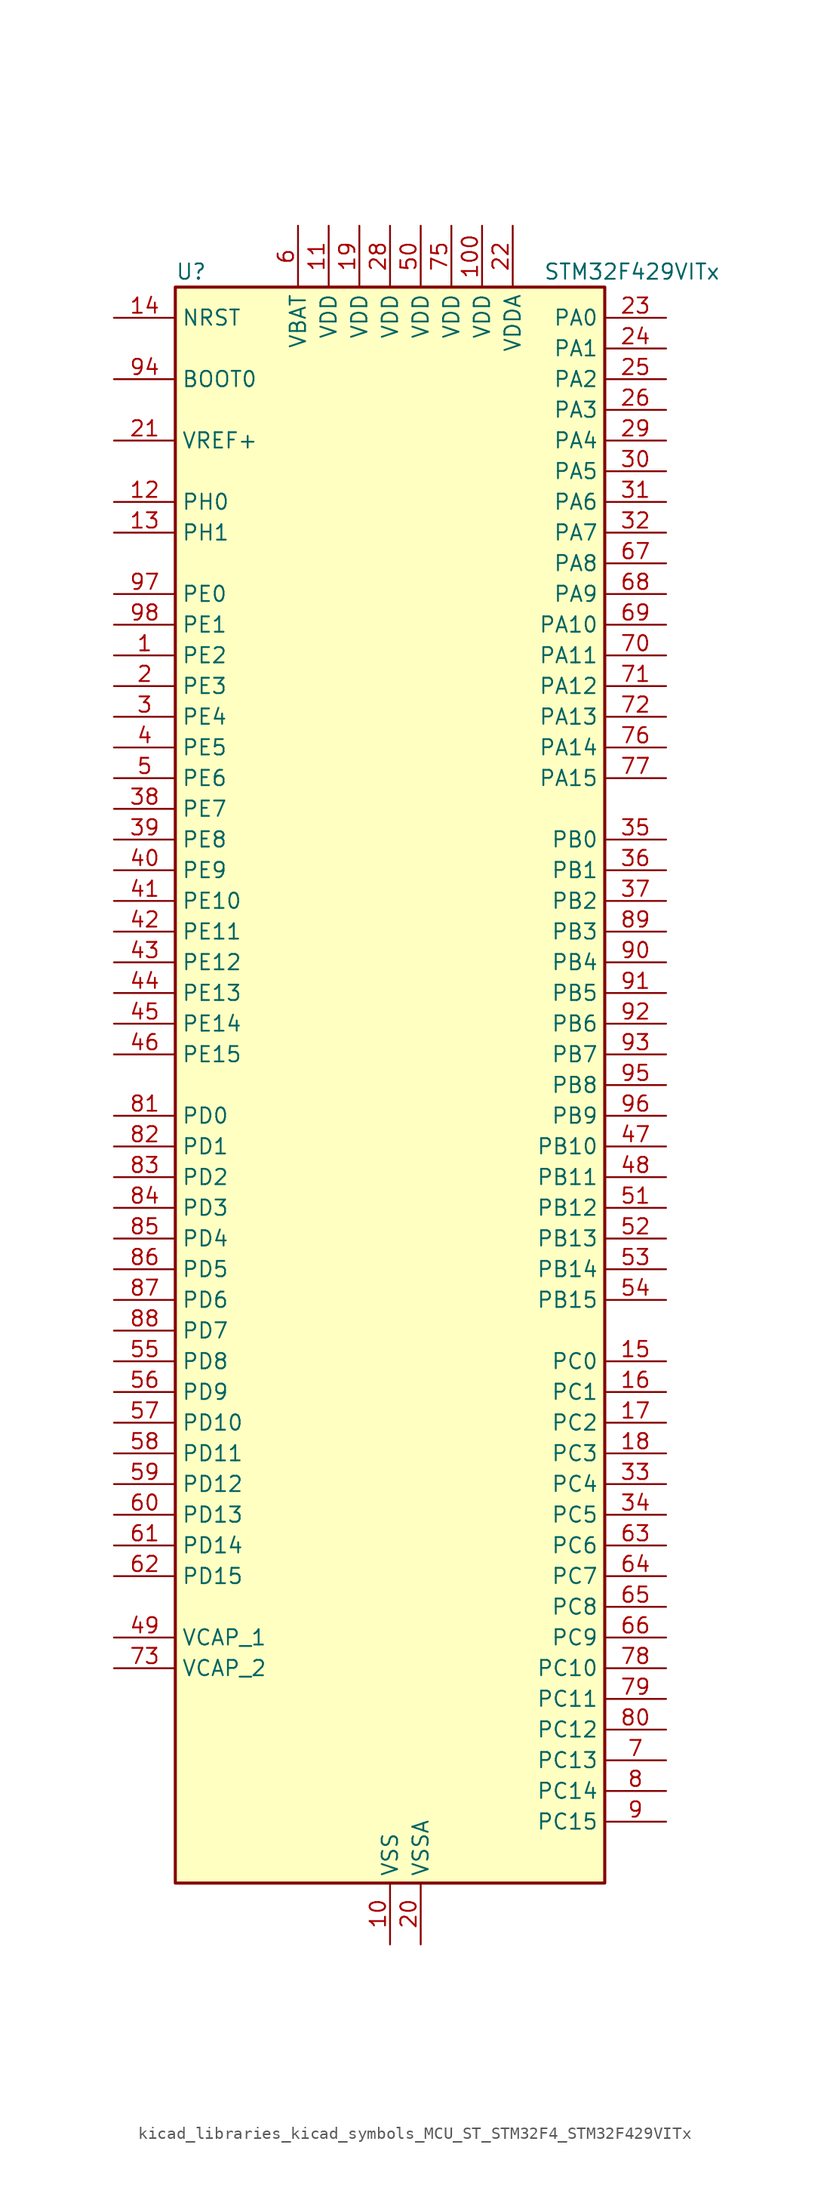
<source format=kicad_sym>
(kicad_symbol_lib
  (version 20220914)
  (generator kicad_symbol_editor)
  (symbol "kicad_libraries_kicad_symbols_MCU_ST_STM32F4_STM32F429VITx"
    (property "Reference" "U"
      (at -17.78 67.31 0)
      (effects (font (size 1.27 1.27)) (justify left)))
    (property "Value" "STM32F429VITx"
      (at 12.7 67.31 0)
      (effects (font (size 1.27 1.27)) (justify left)))
    (property "ki_locked" ""
      (at 0 0 0)
      (effects (font (size 1.27 1.27))))
    (symbol "kicad_libraries_kicad_symbols_MCU_ST_STM32F4_STM32F429VITx_0_1"
      (rectangle (start -17.78 -66.04) (end 17.78 66.04) (stroke (width 0.254) (type default)) (fill (type background))))
    (symbol "kicad_libraries_kicad_symbols_MCU_ST_STM32F4_STM32F429VITx_1_1"
      (pin bidirectional line (at -22.86 35.56 0) (length 5.08) (name "PE2" (effects (font (size 1.27 1.27)))) (number "1" (effects (font (size 1.27 1.27)))) (alternate "ETH_TXD3" bidirectional line) (alternate "FMC_A23" bidirectional line) (alternate "SAI1_MCLK_A" bidirectional line) (alternate "SPI4_SCK" bidirectional line) (alternate "SYS_TRACECLK" bidirectional line))
      (pin power_in line (at 0 -71.12 90) (length 5.08) (name "VSS" (effects (font (size 1.27 1.27)))) (number "10" (effects (font (size 1.27 1.27)))))
      (pin power_in line (at 7.62 71.12 270) (length 5.08) (name "VDD" (effects (font (size 1.27 1.27)))) (number "100" (effects (font (size 1.27 1.27)))))
      (pin power_in line (at -5.08 71.12 270) (length 5.08) (name "VDD" (effects (font (size 1.27 1.27)))) (number "11" (effects (font (size 1.27 1.27)))))
      (pin bidirectional line (at -22.86 48.26 0) (length 5.08) (name "PH0" (effects (font (size 1.27 1.27)))) (number "12" (effects (font (size 1.27 1.27)))) (alternate "RCC_OSC_IN" bidirectional line))
      (pin bidirectional line (at -22.86 45.72 0) (length 5.08) (name "PH1" (effects (font (size 1.27 1.27)))) (number "13" (effects (font (size 1.27 1.27)))) (alternate "RCC_OSC_OUT" bidirectional line))
      (pin input line (at -22.86 63.5 0) (length 5.08) (name "NRST" (effects (font (size 1.27 1.27)))) (number "14" (effects (font (size 1.27 1.27)))))
      (pin bidirectional line (at 22.86 -22.86 180) (length 5.08) (name "PC0" (effects (font (size 1.27 1.27)))) (number "15" (effects (font (size 1.27 1.27)))) (alternate "ADC1_IN10" bidirectional line) (alternate "ADC2_IN10" bidirectional line) (alternate "ADC3_IN10" bidirectional line) (alternate "USB_OTG_HS_ULPI_STP" bidirectional line))
      (pin bidirectional line (at 22.86 -25.4 180) (length 5.08) (name "PC1" (effects (font (size 1.27 1.27)))) (number "16" (effects (font (size 1.27 1.27)))) (alternate "ADC1_IN11" bidirectional line) (alternate "ADC2_IN11" bidirectional line) (alternate "ADC3_IN11" bidirectional line) (alternate "ETH_MDC" bidirectional line))
      (pin bidirectional line (at 22.86 -27.94 180) (length 5.08) (name "PC2" (effects (font (size 1.27 1.27)))) (number "17" (effects (font (size 1.27 1.27)))) (alternate "ADC1_IN12" bidirectional line) (alternate "ADC2_IN12" bidirectional line) (alternate "ADC3_IN12" bidirectional line) (alternate "ETH_TXD2" bidirectional line) (alternate "I2S2_ext_SD" bidirectional line) (alternate "SPI2_MISO" bidirectional line) (alternate "USB_OTG_HS_ULPI_DIR" bidirectional line))
      (pin bidirectional line (at 22.86 -30.48 180) (length 5.08) (name "PC3" (effects (font (size 1.27 1.27)))) (number "18" (effects (font (size 1.27 1.27)))) (alternate "ADC1_IN13" bidirectional line) (alternate "ADC2_IN13" bidirectional line) (alternate "ADC3_IN13" bidirectional line) (alternate "ETH_TX_CLK" bidirectional line) (alternate "I2S2_SD" bidirectional line) (alternate "SPI2_MOSI" bidirectional line) (alternate "USB_OTG_HS_ULPI_NXT" bidirectional line))
      (pin power_in line (at -2.54 71.12 270) (length 5.08) (name "VDD" (effects (font (size 1.27 1.27)))) (number "19" (effects (font (size 1.27 1.27)))))
      (pin bidirectional line (at -22.86 33.02 0) (length 5.08) (name "PE3" (effects (font (size 1.27 1.27)))) (number "2" (effects (font (size 1.27 1.27)))) (alternate "FMC_A19" bidirectional line) (alternate "SAI1_SD_B" bidirectional line) (alternate "SYS_TRACED0" bidirectional line))
      (pin power_in line (at 2.54 -71.12 90) (length 5.08) (name "VSSA" (effects (font (size 1.27 1.27)))) (number "20" (effects (font (size 1.27 1.27)))))
      (pin input line (at -22.86 53.34 0) (length 5.08) (name "VREF+" (effects (font (size 1.27 1.27)))) (number "21" (effects (font (size 1.27 1.27)))))
      (pin power_in line (at 10.16 71.12 270) (length 5.08) (name "VDDA" (effects (font (size 1.27 1.27)))) (number "22" (effects (font (size 1.27 1.27)))))
      (pin bidirectional line (at 22.86 63.5 180) (length 5.08) (name "PA0" (effects (font (size 1.27 1.27)))) (number "23" (effects (font (size 1.27 1.27)))) (alternate "ADC1_IN0" bidirectional line) (alternate "ADC2_IN0" bidirectional line) (alternate "ADC3_IN0" bidirectional line) (alternate "ETH_CRS" bidirectional line) (alternate "SYS_WKUP" bidirectional line) (alternate "TIM2_CH1" bidirectional line) (alternate "TIM2_ETR" bidirectional line) (alternate "TIM5_CH1" bidirectional line) (alternate "TIM8_ETR" bidirectional line) (alternate "UART4_TX" bidirectional line) (alternate "USART2_CTS" bidirectional line))
      (pin bidirectional line (at 22.86 60.96 180) (length 5.08) (name "PA1" (effects (font (size 1.27 1.27)))) (number "24" (effects (font (size 1.27 1.27)))) (alternate "ADC1_IN1" bidirectional line) (alternate "ADC2_IN1" bidirectional line) (alternate "ADC3_IN1" bidirectional line) (alternate "ETH_REF_CLK" bidirectional line) (alternate "ETH_RX_CLK" bidirectional line) (alternate "TIM2_CH2" bidirectional line) (alternate "TIM5_CH2" bidirectional line) (alternate "UART4_RX" bidirectional line) (alternate "USART2_RTS" bidirectional line))
      (pin bidirectional line (at 22.86 58.42 180) (length 5.08) (name "PA2" (effects (font (size 1.27 1.27)))) (number "25" (effects (font (size 1.27 1.27)))) (alternate "ADC1_IN2" bidirectional line) (alternate "ADC2_IN2" bidirectional line) (alternate "ADC3_IN2" bidirectional line) (alternate "ETH_MDIO" bidirectional line) (alternate "TIM2_CH3" bidirectional line) (alternate "TIM5_CH3" bidirectional line) (alternate "TIM9_CH1" bidirectional line) (alternate "USART2_TX" bidirectional line))
      (pin bidirectional line (at 22.86 55.88 180) (length 5.08) (name "PA3" (effects (font (size 1.27 1.27)))) (number "26" (effects (font (size 1.27 1.27)))) (alternate "ADC1_IN3" bidirectional line) (alternate "ADC2_IN3" bidirectional line) (alternate "ADC3_IN3" bidirectional line) (alternate "ETH_COL" bidirectional line) (alternate "LTDC_B5" bidirectional line) (alternate "TIM2_CH4" bidirectional line) (alternate "TIM5_CH4" bidirectional line) (alternate "TIM9_CH2" bidirectional line) (alternate "USART2_RX" bidirectional line) (alternate "USB_OTG_HS_ULPI_D0" bidirectional line))
      (pin passive line (at 0 -71.12 90) (length 5.08) hide (name "VSS" (effects (font (size 1.27 1.27)))) (number "27" (effects (font (size 1.27 1.27)))))
      (pin power_in line (at 0 71.12 270) (length 5.08) (name "VDD" (effects (font (size 1.27 1.27)))) (number "28" (effects (font (size 1.27 1.27)))))
      (pin bidirectional line (at 22.86 53.34 180) (length 5.08) (name "PA4" (effects (font (size 1.27 1.27)))) (number "29" (effects (font (size 1.27 1.27)))) (alternate "ADC1_IN4" bidirectional line) (alternate "ADC2_IN4" bidirectional line) (alternate "DAC_OUT1" bidirectional line) (alternate "DCMI_HSYNC" bidirectional line) (alternate "I2S3_WS" bidirectional line) (alternate "LTDC_VSYNC" bidirectional line) (alternate "SPI1_NSS" bidirectional line) (alternate "SPI3_NSS" bidirectional line) (alternate "USART2_CK" bidirectional line) (alternate "USB_OTG_HS_SOF" bidirectional line))
      (pin bidirectional line (at -22.86 30.48 0) (length 5.08) (name "PE4" (effects (font (size 1.27 1.27)))) (number "3" (effects (font (size 1.27 1.27)))) (alternate "DCMI_D4" bidirectional line) (alternate "FMC_A20" bidirectional line) (alternate "LTDC_B0" bidirectional line) (alternate "SAI1_FS_A" bidirectional line) (alternate "SPI4_NSS" bidirectional line) (alternate "SYS_TRACED1" bidirectional line))
      (pin bidirectional line (at 22.86 50.8 180) (length 5.08) (name "PA5" (effects (font (size 1.27 1.27)))) (number "30" (effects (font (size 1.27 1.27)))) (alternate "ADC1_IN5" bidirectional line) (alternate "ADC2_IN5" bidirectional line) (alternate "DAC_OUT2" bidirectional line) (alternate "SPI1_SCK" bidirectional line) (alternate "TIM2_CH1" bidirectional line) (alternate "TIM2_ETR" bidirectional line) (alternate "TIM8_CH1N" bidirectional line) (alternate "USB_OTG_HS_ULPI_CK" bidirectional line))
      (pin bidirectional line (at 22.86 48.26 180) (length 5.08) (name "PA6" (effects (font (size 1.27 1.27)))) (number "31" (effects (font (size 1.27 1.27)))) (alternate "ADC1_IN6" bidirectional line) (alternate "ADC2_IN6" bidirectional line) (alternate "DCMI_PIXCLK" bidirectional line) (alternate "LTDC_G2" bidirectional line) (alternate "SPI1_MISO" bidirectional line) (alternate "TIM13_CH1" bidirectional line) (alternate "TIM1_BKIN" bidirectional line) (alternate "TIM3_CH1" bidirectional line) (alternate "TIM8_BKIN" bidirectional line))
      (pin bidirectional line (at 22.86 45.72 180) (length 5.08) (name "PA7" (effects (font (size 1.27 1.27)))) (number "32" (effects (font (size 1.27 1.27)))) (alternate "ADC1_IN7" bidirectional line) (alternate "ADC2_IN7" bidirectional line) (alternate "ETH_CRS_DV" bidirectional line) (alternate "ETH_RX_DV" bidirectional line) (alternate "SPI1_MOSI" bidirectional line) (alternate "TIM14_CH1" bidirectional line) (alternate "TIM1_CH1N" bidirectional line) (alternate "TIM3_CH2" bidirectional line) (alternate "TIM8_CH1N" bidirectional line))
      (pin bidirectional line (at 22.86 -33.02 180) (length 5.08) (name "PC4" (effects (font (size 1.27 1.27)))) (number "33" (effects (font (size 1.27 1.27)))) (alternate "ADC1_IN14" bidirectional line) (alternate "ADC2_IN14" bidirectional line) (alternate "ETH_RXD0" bidirectional line))
      (pin bidirectional line (at 22.86 -35.56 180) (length 5.08) (name "PC5" (effects (font (size 1.27 1.27)))) (number "34" (effects (font (size 1.27 1.27)))) (alternate "ADC1_IN15" bidirectional line) (alternate "ADC2_IN15" bidirectional line) (alternate "ETH_RXD1" bidirectional line))
      (pin bidirectional line (at 22.86 20.32 180) (length 5.08) (name "PB0" (effects (font (size 1.27 1.27)))) (number "35" (effects (font (size 1.27 1.27)))) (alternate "ADC1_IN8" bidirectional line) (alternate "ADC2_IN8" bidirectional line) (alternate "ETH_RXD2" bidirectional line) (alternate "LTDC_R3" bidirectional line) (alternate "TIM1_CH2N" bidirectional line) (alternate "TIM3_CH3" bidirectional line) (alternate "TIM8_CH2N" bidirectional line) (alternate "USB_OTG_HS_ULPI_D1" bidirectional line))
      (pin bidirectional line (at 22.86 17.78 180) (length 5.08) (name "PB1" (effects (font (size 1.27 1.27)))) (number "36" (effects (font (size 1.27 1.27)))) (alternate "ADC1_IN9" bidirectional line) (alternate "ADC2_IN9" bidirectional line) (alternate "ETH_RXD3" bidirectional line) (alternate "LTDC_R6" bidirectional line) (alternate "TIM1_CH3N" bidirectional line) (alternate "TIM3_CH4" bidirectional line) (alternate "TIM8_CH3N" bidirectional line) (alternate "USB_OTG_HS_ULPI_D2" bidirectional line))
      (pin bidirectional line (at 22.86 15.24 180) (length 5.08) (name "PB2" (effects (font (size 1.27 1.27)))) (number "37" (effects (font (size 1.27 1.27)))))
      (pin bidirectional line (at -22.86 22.86 0) (length 5.08) (name "PE7" (effects (font (size 1.27 1.27)))) (number "38" (effects (font (size 1.27 1.27)))) (alternate "FMC_D4" bidirectional line) (alternate "FMC_DA4" bidirectional line) (alternate "TIM1_ETR" bidirectional line) (alternate "UART7_RX" bidirectional line))
      (pin bidirectional line (at -22.86 20.32 0) (length 5.08) (name "PE8" (effects (font (size 1.27 1.27)))) (number "39" (effects (font (size 1.27 1.27)))) (alternate "FMC_D5" bidirectional line) (alternate "FMC_DA5" bidirectional line) (alternate "TIM1_CH1N" bidirectional line) (alternate "UART7_TX" bidirectional line))
      (pin bidirectional line (at -22.86 27.94 0) (length 5.08) (name "PE5" (effects (font (size 1.27 1.27)))) (number "4" (effects (font (size 1.27 1.27)))) (alternate "DCMI_D6" bidirectional line) (alternate "FMC_A21" bidirectional line) (alternate "LTDC_G0" bidirectional line) (alternate "SAI1_SCK_A" bidirectional line) (alternate "SPI4_MISO" bidirectional line) (alternate "SYS_TRACED2" bidirectional line) (alternate "TIM9_CH1" bidirectional line))
      (pin bidirectional line (at -22.86 17.78 0) (length 5.08) (name "PE9" (effects (font (size 1.27 1.27)))) (number "40" (effects (font (size 1.27 1.27)))) (alternate "DAC_EXTI9" bidirectional line) (alternate "FMC_D6" bidirectional line) (alternate "FMC_DA6" bidirectional line) (alternate "TIM1_CH1" bidirectional line))
      (pin bidirectional line (at -22.86 15.24 0) (length 5.08) (name "PE10" (effects (font (size 1.27 1.27)))) (number "41" (effects (font (size 1.27 1.27)))) (alternate "FMC_D7" bidirectional line) (alternate "FMC_DA7" bidirectional line) (alternate "TIM1_CH2N" bidirectional line))
      (pin bidirectional line (at -22.86 12.7 0) (length 5.08) (name "PE11" (effects (font (size 1.27 1.27)))) (number "42" (effects (font (size 1.27 1.27)))) (alternate "ADC1_EXTI11" bidirectional line) (alternate "ADC2_EXTI11" bidirectional line) (alternate "ADC3_EXTI11" bidirectional line) (alternate "FMC_D8" bidirectional line) (alternate "FMC_DA8" bidirectional line) (alternate "LTDC_G3" bidirectional line) (alternate "SPI4_NSS" bidirectional line) (alternate "TIM1_CH2" bidirectional line))
      (pin bidirectional line (at -22.86 10.16 0) (length 5.08) (name "PE12" (effects (font (size 1.27 1.27)))) (number "43" (effects (font (size 1.27 1.27)))) (alternate "FMC_D9" bidirectional line) (alternate "FMC_DA9" bidirectional line) (alternate "LTDC_B4" bidirectional line) (alternate "SPI4_SCK" bidirectional line) (alternate "TIM1_CH3N" bidirectional line))
      (pin bidirectional line (at -22.86 7.62 0) (length 5.08) (name "PE13" (effects (font (size 1.27 1.27)))) (number "44" (effects (font (size 1.27 1.27)))) (alternate "FMC_D10" bidirectional line) (alternate "FMC_DA10" bidirectional line) (alternate "LTDC_DE" bidirectional line) (alternate "SPI4_MISO" bidirectional line) (alternate "TIM1_CH3" bidirectional line))
      (pin bidirectional line (at -22.86 5.08 0) (length 5.08) (name "PE14" (effects (font (size 1.27 1.27)))) (number "45" (effects (font (size 1.27 1.27)))) (alternate "FMC_D11" bidirectional line) (alternate "FMC_DA11" bidirectional line) (alternate "LTDC_CLK" bidirectional line) (alternate "SPI4_MOSI" bidirectional line) (alternate "TIM1_CH4" bidirectional line))
      (pin bidirectional line (at -22.86 2.54 0) (length 5.08) (name "PE15" (effects (font (size 1.27 1.27)))) (number "46" (effects (font (size 1.27 1.27)))) (alternate "ADC1_EXTI15" bidirectional line) (alternate "ADC2_EXTI15" bidirectional line) (alternate "ADC3_EXTI15" bidirectional line) (alternate "FMC_D12" bidirectional line) (alternate "FMC_DA12" bidirectional line) (alternate "LTDC_R7" bidirectional line) (alternate "TIM1_BKIN" bidirectional line))
      (pin bidirectional line (at 22.86 -5.08 180) (length 5.08) (name "PB10" (effects (font (size 1.27 1.27)))) (number "47" (effects (font (size 1.27 1.27)))) (alternate "ETH_RX_ER" bidirectional line) (alternate "I2C2_SCL" bidirectional line) (alternate "I2S2_CK" bidirectional line) (alternate "LTDC_G4" bidirectional line) (alternate "SPI2_SCK" bidirectional line) (alternate "TIM2_CH3" bidirectional line) (alternate "USART3_TX" bidirectional line) (alternate "USB_OTG_HS_ULPI_D3" bidirectional line))
      (pin bidirectional line (at 22.86 -7.62 180) (length 5.08) (name "PB11" (effects (font (size 1.27 1.27)))) (number "48" (effects (font (size 1.27 1.27)))) (alternate "ADC1_EXTI11" bidirectional line) (alternate "ADC2_EXTI11" bidirectional line) (alternate "ADC3_EXTI11" bidirectional line) (alternate "ETH_TX_EN" bidirectional line) (alternate "I2C2_SDA" bidirectional line) (alternate "LTDC_G5" bidirectional line) (alternate "TIM2_CH4" bidirectional line) (alternate "USART3_RX" bidirectional line) (alternate "USB_OTG_HS_ULPI_D4" bidirectional line))
      (pin power_out line (at -22.86 -45.72 0) (length 5.08) (name "VCAP_1" (effects (font (size 1.27 1.27)))) (number "49" (effects (font (size 1.27 1.27)))))
      (pin bidirectional line (at -22.86 25.4 0) (length 5.08) (name "PE6" (effects (font (size 1.27 1.27)))) (number "5" (effects (font (size 1.27 1.27)))) (alternate "DCMI_D7" bidirectional line) (alternate "FMC_A22" bidirectional line) (alternate "LTDC_G1" bidirectional line) (alternate "SAI1_SD_A" bidirectional line) (alternate "SPI4_MOSI" bidirectional line) (alternate "SYS_TRACED3" bidirectional line) (alternate "TIM9_CH2" bidirectional line))
      (pin power_in line (at 2.54 71.12 270) (length 5.08) (name "VDD" (effects (font (size 1.27 1.27)))) (number "50" (effects (font (size 1.27 1.27)))))
      (pin bidirectional line (at 22.86 -10.16 180) (length 5.08) (name "PB12" (effects (font (size 1.27 1.27)))) (number "51" (effects (font (size 1.27 1.27)))) (alternate "CAN2_RX" bidirectional line) (alternate "ETH_TXD0" bidirectional line) (alternate "I2C2_SMBA" bidirectional line) (alternate "I2S2_WS" bidirectional line) (alternate "SPI2_NSS" bidirectional line) (alternate "TIM1_BKIN" bidirectional line) (alternate "USART3_CK" bidirectional line) (alternate "USB_OTG_HS_ID" bidirectional line) (alternate "USB_OTG_HS_ULPI_D5" bidirectional line))
      (pin bidirectional line (at 22.86 -12.7 180) (length 5.08) (name "PB13" (effects (font (size 1.27 1.27)))) (number "52" (effects (font (size 1.27 1.27)))) (alternate "CAN2_TX" bidirectional line) (alternate "ETH_TXD1" bidirectional line) (alternate "I2S2_CK" bidirectional line) (alternate "SPI2_SCK" bidirectional line) (alternate "TIM1_CH1N" bidirectional line) (alternate "USART3_CTS" bidirectional line) (alternate "USB_OTG_HS_ULPI_D6" bidirectional line) (alternate "USB_OTG_HS_VBUS" bidirectional line))
      (pin bidirectional line (at 22.86 -15.24 180) (length 5.08) (name "PB14" (effects (font (size 1.27 1.27)))) (number "53" (effects (font (size 1.27 1.27)))) (alternate "I2S2_ext_SD" bidirectional line) (alternate "SPI2_MISO" bidirectional line) (alternate "TIM12_CH1" bidirectional line) (alternate "TIM1_CH2N" bidirectional line) (alternate "TIM8_CH2N" bidirectional line) (alternate "USART3_RTS" bidirectional line) (alternate "USB_OTG_HS_DM" bidirectional line))
      (pin bidirectional line (at 22.86 -17.78 180) (length 5.08) (name "PB15" (effects (font (size 1.27 1.27)))) (number "54" (effects (font (size 1.27 1.27)))) (alternate "ADC1_EXTI15" bidirectional line) (alternate "ADC2_EXTI15" bidirectional line) (alternate "ADC3_EXTI15" bidirectional line) (alternate "I2S2_SD" bidirectional line) (alternate "RTC_REFIN" bidirectional line) (alternate "SPI2_MOSI" bidirectional line) (alternate "TIM12_CH2" bidirectional line) (alternate "TIM1_CH3N" bidirectional line) (alternate "TIM8_CH3N" bidirectional line) (alternate "USB_OTG_HS_DP" bidirectional line))
      (pin bidirectional line (at -22.86 -22.86 0) (length 5.08) (name "PD8" (effects (font (size 1.27 1.27)))) (number "55" (effects (font (size 1.27 1.27)))) (alternate "FMC_D13" bidirectional line) (alternate "FMC_DA13" bidirectional line) (alternate "USART3_TX" bidirectional line))
      (pin bidirectional line (at -22.86 -25.4 0) (length 5.08) (name "PD9" (effects (font (size 1.27 1.27)))) (number "56" (effects (font (size 1.27 1.27)))) (alternate "DAC_EXTI9" bidirectional line) (alternate "FMC_D14" bidirectional line) (alternate "FMC_DA14" bidirectional line) (alternate "USART3_RX" bidirectional line))
      (pin bidirectional line (at -22.86 -27.94 0) (length 5.08) (name "PD10" (effects (font (size 1.27 1.27)))) (number "57" (effects (font (size 1.27 1.27)))) (alternate "FMC_D15" bidirectional line) (alternate "FMC_DA15" bidirectional line) (alternate "LTDC_B3" bidirectional line) (alternate "USART3_CK" bidirectional line))
      (pin bidirectional line (at -22.86 -30.48 0) (length 5.08) (name "PD11" (effects (font (size 1.27 1.27)))) (number "58" (effects (font (size 1.27 1.27)))) (alternate "ADC1_EXTI11" bidirectional line) (alternate "ADC2_EXTI11" bidirectional line) (alternate "ADC3_EXTI11" bidirectional line) (alternate "FMC_A16" bidirectional line) (alternate "FMC_CLE" bidirectional line) (alternate "USART3_CTS" bidirectional line))
      (pin bidirectional line (at -22.86 -33.02 0) (length 5.08) (name "PD12" (effects (font (size 1.27 1.27)))) (number "59" (effects (font (size 1.27 1.27)))) (alternate "FMC_A17" bidirectional line) (alternate "FMC_ALE" bidirectional line) (alternate "TIM4_CH1" bidirectional line) (alternate "USART3_RTS" bidirectional line))
      (pin power_in line (at -7.62 71.12 270) (length 5.08) (name "VBAT" (effects (font (size 1.27 1.27)))) (number "6" (effects (font (size 1.27 1.27)))))
      (pin bidirectional line (at -22.86 -35.56 0) (length 5.08) (name "PD13" (effects (font (size 1.27 1.27)))) (number "60" (effects (font (size 1.27 1.27)))) (alternate "FMC_A18" bidirectional line) (alternate "TIM4_CH2" bidirectional line))
      (pin bidirectional line (at -22.86 -38.1 0) (length 5.08) (name "PD14" (effects (font (size 1.27 1.27)))) (number "61" (effects (font (size 1.27 1.27)))) (alternate "FMC_D0" bidirectional line) (alternate "FMC_DA0" bidirectional line) (alternate "TIM4_CH3" bidirectional line))
      (pin bidirectional line (at -22.86 -40.64 0) (length 5.08) (name "PD15" (effects (font (size 1.27 1.27)))) (number "62" (effects (font (size 1.27 1.27)))) (alternate "ADC1_EXTI15" bidirectional line) (alternate "ADC2_EXTI15" bidirectional line) (alternate "ADC3_EXTI15" bidirectional line) (alternate "FMC_D1" bidirectional line) (alternate "FMC_DA1" bidirectional line) (alternate "TIM4_CH4" bidirectional line))
      (pin bidirectional line (at 22.86 -38.1 180) (length 5.08) (name "PC6" (effects (font (size 1.27 1.27)))) (number "63" (effects (font (size 1.27 1.27)))) (alternate "DCMI_D0" bidirectional line) (alternate "I2S2_MCK" bidirectional line) (alternate "LTDC_HSYNC" bidirectional line) (alternate "SDIO_D6" bidirectional line) (alternate "TIM3_CH1" bidirectional line) (alternate "TIM8_CH1" bidirectional line) (alternate "USART6_TX" bidirectional line))
      (pin bidirectional line (at 22.86 -40.64 180) (length 5.08) (name "PC7" (effects (font (size 1.27 1.27)))) (number "64" (effects (font (size 1.27 1.27)))) (alternate "DCMI_D1" bidirectional line) (alternate "I2S3_MCK" bidirectional line) (alternate "LTDC_G6" bidirectional line) (alternate "SDIO_D7" bidirectional line) (alternate "TIM3_CH2" bidirectional line) (alternate "TIM8_CH2" bidirectional line) (alternate "USART6_RX" bidirectional line))
      (pin bidirectional line (at 22.86 -43.18 180) (length 5.08) (name "PC8" (effects (font (size 1.27 1.27)))) (number "65" (effects (font (size 1.27 1.27)))) (alternate "DCMI_D2" bidirectional line) (alternate "SDIO_D0" bidirectional line) (alternate "TIM3_CH3" bidirectional line) (alternate "TIM8_CH3" bidirectional line) (alternate "USART6_CK" bidirectional line))
      (pin bidirectional line (at 22.86 -45.72 180) (length 5.08) (name "PC9" (effects (font (size 1.27 1.27)))) (number "66" (effects (font (size 1.27 1.27)))) (alternate "DAC_EXTI9" bidirectional line) (alternate "DCMI_D3" bidirectional line) (alternate "I2C3_SDA" bidirectional line) (alternate "I2S_CKIN" bidirectional line) (alternate "RCC_MCO_2" bidirectional line) (alternate "SDIO_D1" bidirectional line) (alternate "TIM3_CH4" bidirectional line) (alternate "TIM8_CH4" bidirectional line))
      (pin bidirectional line (at 22.86 43.18 180) (length 5.08) (name "PA8" (effects (font (size 1.27 1.27)))) (number "67" (effects (font (size 1.27 1.27)))) (alternate "I2C3_SCL" bidirectional line) (alternate "LTDC_R6" bidirectional line) (alternate "RCC_MCO_1" bidirectional line) (alternate "TIM1_CH1" bidirectional line) (alternate "USART1_CK" bidirectional line) (alternate "USB_OTG_FS_SOF" bidirectional line))
      (pin bidirectional line (at 22.86 40.64 180) (length 5.08) (name "PA9" (effects (font (size 1.27 1.27)))) (number "68" (effects (font (size 1.27 1.27)))) (alternate "DAC_EXTI9" bidirectional line) (alternate "DCMI_D0" bidirectional line) (alternate "I2C3_SMBA" bidirectional line) (alternate "TIM1_CH2" bidirectional line) (alternate "USART1_TX" bidirectional line) (alternate "USB_OTG_FS_VBUS" bidirectional line))
      (pin bidirectional line (at 22.86 38.1 180) (length 5.08) (name "PA10" (effects (font (size 1.27 1.27)))) (number "69" (effects (font (size 1.27 1.27)))) (alternate "DCMI_D1" bidirectional line) (alternate "TIM1_CH3" bidirectional line) (alternate "USART1_RX" bidirectional line) (alternate "USB_OTG_FS_ID" bidirectional line))
      (pin bidirectional line (at 22.86 -55.88 180) (length 5.08) (name "PC13" (effects (font (size 1.27 1.27)))) (number "7" (effects (font (size 1.27 1.27)))) (alternate "RTC_AF1" bidirectional line))
      (pin bidirectional line (at 22.86 35.56 180) (length 5.08) (name "PA11" (effects (font (size 1.27 1.27)))) (number "70" (effects (font (size 1.27 1.27)))) (alternate "ADC1_EXTI11" bidirectional line) (alternate "ADC2_EXTI11" bidirectional line) (alternate "ADC3_EXTI11" bidirectional line) (alternate "CAN1_RX" bidirectional line) (alternate "LTDC_R4" bidirectional line) (alternate "TIM1_CH4" bidirectional line) (alternate "USART1_CTS" bidirectional line) (alternate "USB_OTG_FS_DM" bidirectional line))
      (pin bidirectional line (at 22.86 33.02 180) (length 5.08) (name "PA12" (effects (font (size 1.27 1.27)))) (number "71" (effects (font (size 1.27 1.27)))) (alternate "CAN1_TX" bidirectional line) (alternate "LTDC_R5" bidirectional line) (alternate "TIM1_ETR" bidirectional line) (alternate "USART1_RTS" bidirectional line) (alternate "USB_OTG_FS_DP" bidirectional line))
      (pin bidirectional line (at 22.86 30.48 180) (length 5.08) (name "PA13" (effects (font (size 1.27 1.27)))) (number "72" (effects (font (size 1.27 1.27)))) (alternate "SYS_JTMS-SWDIO" bidirectional line))
      (pin power_out line (at -22.86 -48.26 0) (length 5.08) (name "VCAP_2" (effects (font (size 1.27 1.27)))) (number "73" (effects (font (size 1.27 1.27)))))
      (pin passive line (at 0 -71.12 90) (length 5.08) hide (name "VSS" (effects (font (size 1.27 1.27)))) (number "74" (effects (font (size 1.27 1.27)))))
      (pin power_in line (at 5.08 71.12 270) (length 5.08) (name "VDD" (effects (font (size 1.27 1.27)))) (number "75" (effects (font (size 1.27 1.27)))))
      (pin bidirectional line (at 22.86 27.94 180) (length 5.08) (name "PA14" (effects (font (size 1.27 1.27)))) (number "76" (effects (font (size 1.27 1.27)))) (alternate "SYS_JTCK-SWCLK" bidirectional line))
      (pin bidirectional line (at 22.86 25.4 180) (length 5.08) (name "PA15" (effects (font (size 1.27 1.27)))) (number "77" (effects (font (size 1.27 1.27)))) (alternate "ADC1_EXTI15" bidirectional line) (alternate "ADC2_EXTI15" bidirectional line) (alternate "ADC3_EXTI15" bidirectional line) (alternate "I2S3_WS" bidirectional line) (alternate "SPI1_NSS" bidirectional line) (alternate "SPI3_NSS" bidirectional line) (alternate "SYS_JTDI" bidirectional line) (alternate "TIM2_CH1" bidirectional line) (alternate "TIM2_ETR" bidirectional line))
      (pin bidirectional line (at 22.86 -48.26 180) (length 5.08) (name "PC10" (effects (font (size 1.27 1.27)))) (number "78" (effects (font (size 1.27 1.27)))) (alternate "DCMI_D8" bidirectional line) (alternate "I2S3_CK" bidirectional line) (alternate "LTDC_R2" bidirectional line) (alternate "SDIO_D2" bidirectional line) (alternate "SPI3_SCK" bidirectional line) (alternate "UART4_TX" bidirectional line) (alternate "USART3_TX" bidirectional line))
      (pin bidirectional line (at 22.86 -50.8 180) (length 5.08) (name "PC11" (effects (font (size 1.27 1.27)))) (number "79" (effects (font (size 1.27 1.27)))) (alternate "ADC1_EXTI11" bidirectional line) (alternate "ADC2_EXTI11" bidirectional line) (alternate "ADC3_EXTI11" bidirectional line) (alternate "DCMI_D4" bidirectional line) (alternate "I2S3_ext_SD" bidirectional line) (alternate "SDIO_D3" bidirectional line) (alternate "SPI3_MISO" bidirectional line) (alternate "UART4_RX" bidirectional line) (alternate "USART3_RX" bidirectional line))
      (pin bidirectional line (at 22.86 -58.42 180) (length 5.08) (name "PC14" (effects (font (size 1.27 1.27)))) (number "8" (effects (font (size 1.27 1.27)))) (alternate "RCC_OSC32_IN" bidirectional line))
      (pin bidirectional line (at 22.86 -53.34 180) (length 5.08) (name "PC12" (effects (font (size 1.27 1.27)))) (number "80" (effects (font (size 1.27 1.27)))) (alternate "DCMI_D9" bidirectional line) (alternate "I2S3_SD" bidirectional line) (alternate "SDIO_CK" bidirectional line) (alternate "SPI3_MOSI" bidirectional line) (alternate "UART5_TX" bidirectional line) (alternate "USART3_CK" bidirectional line))
      (pin bidirectional line (at -22.86 -2.54 0) (length 5.08) (name "PD0" (effects (font (size 1.27 1.27)))) (number "81" (effects (font (size 1.27 1.27)))) (alternate "CAN1_RX" bidirectional line) (alternate "FMC_D2" bidirectional line) (alternate "FMC_DA2" bidirectional line))
      (pin bidirectional line (at -22.86 -5.08 0) (length 5.08) (name "PD1" (effects (font (size 1.27 1.27)))) (number "82" (effects (font (size 1.27 1.27)))) (alternate "CAN1_TX" bidirectional line) (alternate "FMC_D3" bidirectional line) (alternate "FMC_DA3" bidirectional line))
      (pin bidirectional line (at -22.86 -7.62 0) (length 5.08) (name "PD2" (effects (font (size 1.27 1.27)))) (number "83" (effects (font (size 1.27 1.27)))) (alternate "DCMI_D11" bidirectional line) (alternate "SDIO_CMD" bidirectional line) (alternate "TIM3_ETR" bidirectional line) (alternate "UART5_RX" bidirectional line))
      (pin bidirectional line (at -22.86 -10.16 0) (length 5.08) (name "PD3" (effects (font (size 1.27 1.27)))) (number "84" (effects (font (size 1.27 1.27)))) (alternate "DCMI_D5" bidirectional line) (alternate "FMC_CLK" bidirectional line) (alternate "I2S2_CK" bidirectional line) (alternate "LTDC_G7" bidirectional line) (alternate "SPI2_SCK" bidirectional line) (alternate "USART2_CTS" bidirectional line))
      (pin bidirectional line (at -22.86 -12.7 0) (length 5.08) (name "PD4" (effects (font (size 1.27 1.27)))) (number "85" (effects (font (size 1.27 1.27)))) (alternate "FMC_NOE" bidirectional line) (alternate "USART2_RTS" bidirectional line))
      (pin bidirectional line (at -22.86 -15.24 0) (length 5.08) (name "PD5" (effects (font (size 1.27 1.27)))) (number "86" (effects (font (size 1.27 1.27)))) (alternate "FMC_NWE" bidirectional line) (alternate "USART2_TX" bidirectional line))
      (pin bidirectional line (at -22.86 -17.78 0) (length 5.08) (name "PD6" (effects (font (size 1.27 1.27)))) (number "87" (effects (font (size 1.27 1.27)))) (alternate "DCMI_D10" bidirectional line) (alternate "FMC_NWAIT" bidirectional line) (alternate "I2S3_SD" bidirectional line) (alternate "LTDC_B2" bidirectional line) (alternate "SAI1_SD_A" bidirectional line) (alternate "SPI3_MOSI" bidirectional line) (alternate "USART2_RX" bidirectional line))
      (pin bidirectional line (at -22.86 -20.32 0) (length 5.08) (name "PD7" (effects (font (size 1.27 1.27)))) (number "88" (effects (font (size 1.27 1.27)))) (alternate "FMC_NCE2" bidirectional line) (alternate "FMC_NE1" bidirectional line) (alternate "USART2_CK" bidirectional line))
      (pin bidirectional line (at 22.86 12.7 180) (length 5.08) (name "PB3" (effects (font (size 1.27 1.27)))) (number "89" (effects (font (size 1.27 1.27)))) (alternate "I2S3_CK" bidirectional line) (alternate "SPI1_SCK" bidirectional line) (alternate "SPI3_SCK" bidirectional line) (alternate "SYS_JTDO-SWO" bidirectional line) (alternate "TIM2_CH2" bidirectional line))
      (pin bidirectional line (at 22.86 -60.96 180) (length 5.08) (name "PC15" (effects (font (size 1.27 1.27)))) (number "9" (effects (font (size 1.27 1.27)))) (alternate "ADC1_EXTI15" bidirectional line) (alternate "ADC2_EXTI15" bidirectional line) (alternate "ADC3_EXTI15" bidirectional line) (alternate "RCC_OSC32_OUT" bidirectional line))
      (pin bidirectional line (at 22.86 10.16 180) (length 5.08) (name "PB4" (effects (font (size 1.27 1.27)))) (number "90" (effects (font (size 1.27 1.27)))) (alternate "I2S3_ext_SD" bidirectional line) (alternate "SPI1_MISO" bidirectional line) (alternate "SPI3_MISO" bidirectional line) (alternate "SYS_JTRST" bidirectional line) (alternate "TIM3_CH1" bidirectional line))
      (pin bidirectional line (at 22.86 7.62 180) (length 5.08) (name "PB5" (effects (font (size 1.27 1.27)))) (number "91" (effects (font (size 1.27 1.27)))) (alternate "CAN2_RX" bidirectional line) (alternate "DCMI_D10" bidirectional line) (alternate "ETH_PPS_OUT" bidirectional line) (alternate "I2C1_SMBA" bidirectional line) (alternate "I2S3_SD" bidirectional line) (alternate "SPI1_MOSI" bidirectional line) (alternate "SPI3_MOSI" bidirectional line) (alternate "TIM3_CH2" bidirectional line) (alternate "USB_OTG_HS_ULPI_D7" bidirectional line))
      (pin bidirectional line (at 22.86 5.08 180) (length 5.08) (name "PB6" (effects (font (size 1.27 1.27)))) (number "92" (effects (font (size 1.27 1.27)))) (alternate "CAN2_TX" bidirectional line) (alternate "DCMI_D5" bidirectional line) (alternate "I2C1_SCL" bidirectional line) (alternate "TIM4_CH1" bidirectional line) (alternate "USART1_TX" bidirectional line))
      (pin bidirectional line (at 22.86 2.54 180) (length 5.08) (name "PB7" (effects (font (size 1.27 1.27)))) (number "93" (effects (font (size 1.27 1.27)))) (alternate "DCMI_VSYNC" bidirectional line) (alternate "FMC_NL" bidirectional line) (alternate "I2C1_SDA" bidirectional line) (alternate "TIM4_CH2" bidirectional line) (alternate "USART1_RX" bidirectional line))
      (pin input line (at -22.86 58.42 0) (length 5.08) (name "BOOT0" (effects (font (size 1.27 1.27)))) (number "94" (effects (font (size 1.27 1.27)))))
      (pin bidirectional line (at 22.86 0 180) (length 5.08) (name "PB8" (effects (font (size 1.27 1.27)))) (number "95" (effects (font (size 1.27 1.27)))) (alternate "CAN1_RX" bidirectional line) (alternate "DCMI_D6" bidirectional line) (alternate "ETH_TXD3" bidirectional line) (alternate "I2C1_SCL" bidirectional line) (alternate "LTDC_B6" bidirectional line) (alternate "SDIO_D4" bidirectional line) (alternate "TIM10_CH1" bidirectional line) (alternate "TIM4_CH3" bidirectional line))
      (pin bidirectional line (at 22.86 -2.54 180) (length 5.08) (name "PB9" (effects (font (size 1.27 1.27)))) (number "96" (effects (font (size 1.27 1.27)))) (alternate "CAN1_TX" bidirectional line) (alternate "DAC_EXTI9" bidirectional line) (alternate "DCMI_D7" bidirectional line) (alternate "I2C1_SDA" bidirectional line) (alternate "I2S2_WS" bidirectional line) (alternate "LTDC_B7" bidirectional line) (alternate "SDIO_D5" bidirectional line) (alternate "SPI2_NSS" bidirectional line) (alternate "TIM11_CH1" bidirectional line) (alternate "TIM4_CH4" bidirectional line))
      (pin bidirectional line (at -22.86 40.64 0) (length 5.08) (name "PE0" (effects (font (size 1.27 1.27)))) (number "97" (effects (font (size 1.27 1.27)))) (alternate "DCMI_D2" bidirectional line) (alternate "FMC_NBL0" bidirectional line) (alternate "TIM4_ETR" bidirectional line) (alternate "UART8_RX" bidirectional line))
      (pin bidirectional line (at -22.86 38.1 0) (length 5.08) (name "PE1" (effects (font (size 1.27 1.27)))) (number "98" (effects (font (size 1.27 1.27)))) (alternate "DCMI_D3" bidirectional line) (alternate "FMC_NBL1" bidirectional line) (alternate "UART8_TX" bidirectional line))
      (pin passive line (at 0 -71.12 90) (length 5.08) hide (name "VSS" (effects (font (size 1.27 1.27)))) (number "99" (effects (font (size 1.27 1.27))))))))
</source>
